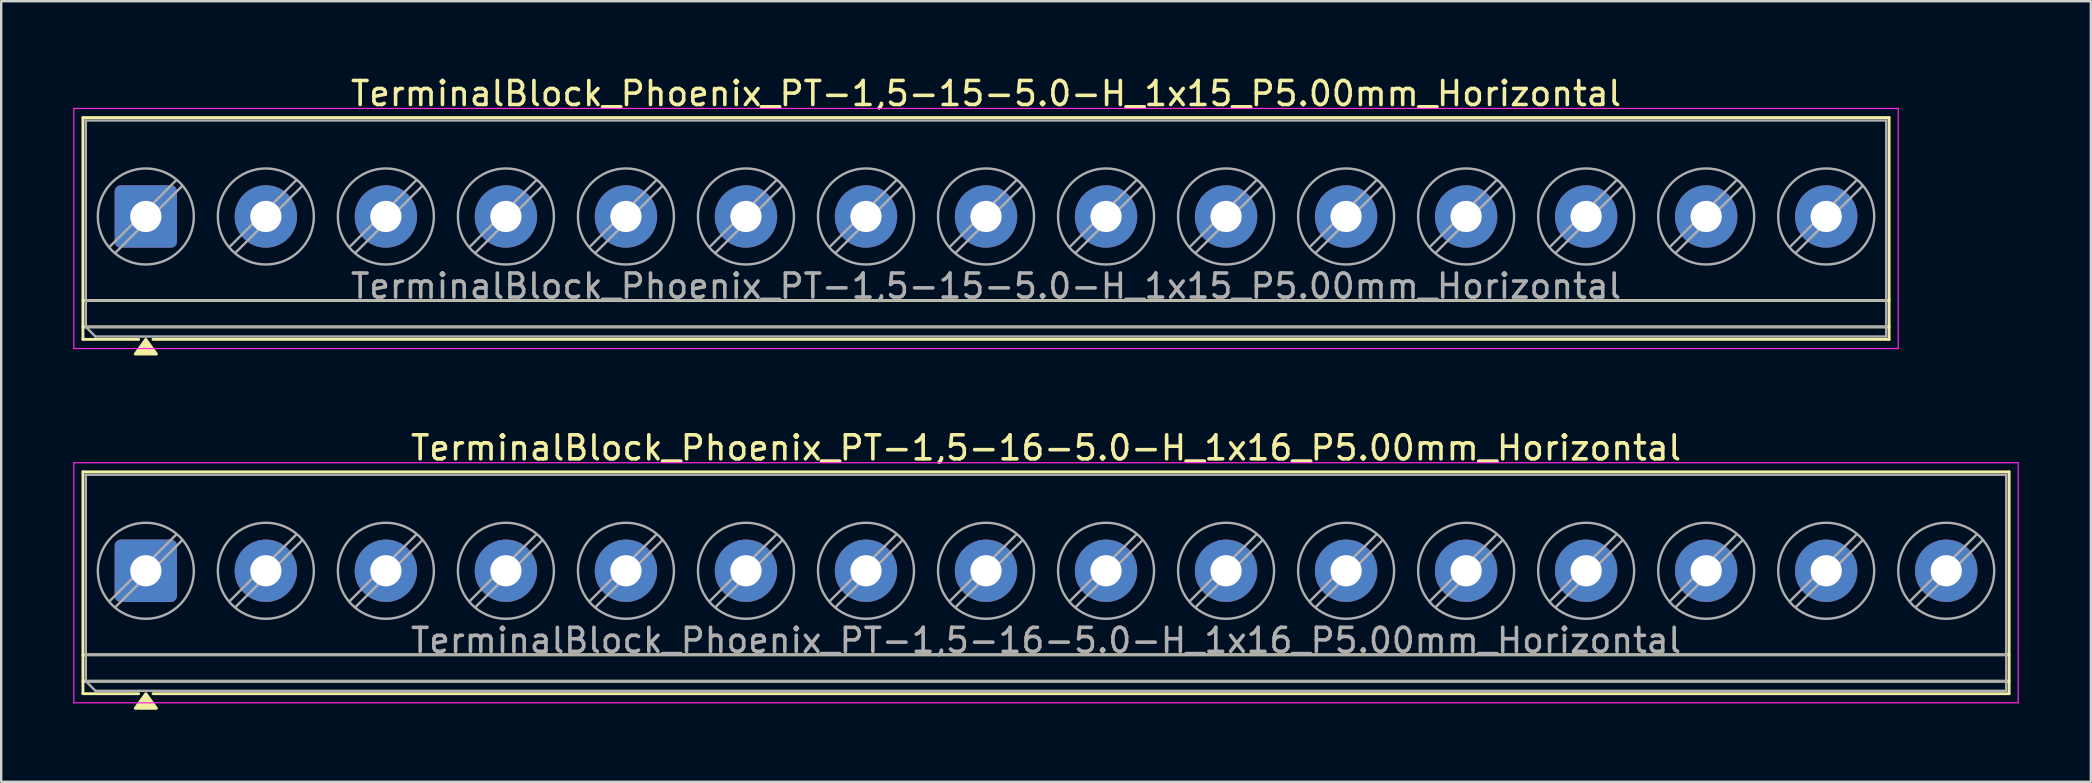
<source format=kicad_pcb>
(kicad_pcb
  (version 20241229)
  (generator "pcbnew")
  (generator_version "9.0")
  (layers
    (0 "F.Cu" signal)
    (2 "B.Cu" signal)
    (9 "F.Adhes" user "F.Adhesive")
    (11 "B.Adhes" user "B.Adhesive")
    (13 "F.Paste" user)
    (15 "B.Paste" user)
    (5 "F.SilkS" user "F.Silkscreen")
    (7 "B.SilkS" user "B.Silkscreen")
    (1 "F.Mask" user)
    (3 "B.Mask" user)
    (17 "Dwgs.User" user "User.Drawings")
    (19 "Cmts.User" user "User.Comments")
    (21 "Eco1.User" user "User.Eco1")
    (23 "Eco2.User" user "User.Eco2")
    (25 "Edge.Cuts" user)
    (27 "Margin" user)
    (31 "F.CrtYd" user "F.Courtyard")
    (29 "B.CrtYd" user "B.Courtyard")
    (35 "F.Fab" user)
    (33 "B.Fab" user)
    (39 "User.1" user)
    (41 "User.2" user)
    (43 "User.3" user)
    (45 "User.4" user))
  (footprint "TerminalBlock_Phoenix_PT-1,5-16-5.0-H_1x16_P5.00mm_Horizontal"
    (layer "F.Cu")
    (at 3.025 20.727)
    (property "Reference" "TerminalBlock_Phoenix_PT-1,5-16-5.0-H_1x16_P5.00mm_Horizontal" (at 37.5 -5.12 0) (layer "F.SilkS") (effects (font (size 1 1) (thickness 0.15))))
    (attr through_hole)
    (fp_line (start -2.62 -4.12) (end 77.62 -4.12) (stroke (width 0.12) (type solid)) (layer "F.SilkS"))
    (fp_line (start -2.62 3.5) (end 77.62 3.5) (stroke (width 0.12) (type solid)) (layer "F.SilkS"))
    (fp_line (start -2.62 4.6) (end 77.62 4.6) (stroke (width 0.12) (type solid)) (layer "F.SilkS"))
    (fp_line (start -2.62 5.12) (end -2.62 -4.12) (stroke (width 0.12) (type solid)) (layer "F.SilkS"))
    (fp_line (start -0.3 5.12) (end -2.62 5.12) (stroke (width 0.12) (type solid)) (layer "F.SilkS"))
    (fp_line (start 77.62 -4.12) (end 77.62 5.12) (stroke (width 0.12) (type solid)) (layer "F.SilkS"))
    (fp_line (start 77.62 5.12) (end 0.3 5.12) (stroke (width 0.12) (type solid)) (layer "F.SilkS"))
    (fp_poly (pts (xy 0 5.12) (xy 0.44 5.73) (xy -0.44 5.73)) (stroke (width 0.12) (type solid)) (fill yes) (layer "F.SilkS"))
    (fp_line (start -3 -4.5) (end -3 5.5) (stroke (width 0.05) (type solid)) (layer "F.CrtYd"))
    (fp_line (start -3 5.5) (end 78 5.5) (stroke (width 0.05) (type solid)) (layer "F.CrtYd"))
    (fp_line (start 78 -4.5) (end -3 -4.5) (stroke (width 0.05) (type solid)) (layer "F.CrtYd"))
    (fp_line (start 78 5.5) (end 78 -4.5) (stroke (width 0.05) (type solid)) (layer "F.CrtYd"))
    (fp_line (start -2.5 -4) (end 77.5 -4) (stroke (width 0.1) (type solid)) (layer "F.Fab"))
    (fp_line (start -2.5 3.5) (end 77.5 3.5) (stroke (width 0.1) (type solid)) (layer "F.Fab"))
    (fp_line (start -2.5 4.6) (end -2.5 -4) (stroke (width 0.1) (type solid)) (layer "F.Fab"))
    (fp_line (start -2.5 4.6) (end 77.5 4.6) (stroke (width 0.1) (type solid)) (layer "F.Fab"))
    (fp_line (start -2.1 5) (end -2.5 4.6) (stroke (width 0.1) (type solid)) (layer "F.Fab"))
    (fp_line (start 1.273 -1.517) (end -1.517 1.273) (stroke (width 0.1) (type solid)) (layer "F.Fab"))
    (fp_line (start 1.517 -1.273) (end -1.273 1.517) (stroke (width 0.1) (type solid)) (layer "F.Fab"))
    (fp_line (start 6.273 -1.517) (end 3.483 1.273) (stroke (width 0.1) (type solid)) (layer "F.Fab"))
    (fp_line (start 6.517 -1.273) (end 3.727 1.517) (stroke (width 0.1) (type solid)) (layer "F.Fab"))
    (fp_line (start 11.273 -1.517) (end 8.483 1.273) (stroke (width 0.1) (type solid)) (layer "F.Fab"))
    (fp_line (start 11.517 -1.273) (end 8.727 1.517) (stroke (width 0.1) (type solid)) (layer "F.Fab"))
    (fp_line (start 16.273 -1.517) (end 13.483 1.273) (stroke (width 0.1) (type solid)) (layer "F.Fab"))
    (fp_line (start 16.517 -1.273) (end 13.727 1.517) (stroke (width 0.1) (type solid)) (layer "F.Fab"))
    (fp_line (start 21.273 -1.517) (end 18.483 1.273) (stroke (width 0.1) (type solid)) (layer "F.Fab"))
    (fp_line (start 21.517 -1.273) (end 18.727 1.517) (stroke (width 0.1) (type solid)) (layer "F.Fab"))
    (fp_line (start 26.273 -1.517) (end 23.483 1.273) (stroke (width 0.1) (type solid)) (layer "F.Fab"))
    (fp_line (start 26.517 -1.273) (end 23.727 1.517) (stroke (width 0.1) (type solid)) (layer "F.Fab"))
    (fp_line (start 31.273 -1.517) (end 28.483 1.273) (stroke (width 0.1) (type solid)) (layer "F.Fab"))
    (fp_line (start 31.517 -1.273) (end 28.727 1.517) (stroke (width 0.1) (type solid)) (layer "F.Fab"))
    (fp_line (start 36.273 -1.517) (end 33.483 1.273) (stroke (width 0.1) (type solid)) (layer "F.Fab"))
    (fp_line (start 36.517 -1.273) (end 33.727 1.517) (stroke (width 0.1) (type solid)) (layer "F.Fab"))
    (fp_line (start 41.273 -1.517) (end 38.483 1.273) (stroke (width 0.1) (type solid)) (layer "F.Fab"))
    (fp_line (start 41.517 -1.273) (end 38.727 1.517) (stroke (width 0.1) (type solid)) (layer "F.Fab"))
    (fp_line (start 46.273 -1.517) (end 43.483 1.273) (stroke (width 0.1) (type solid)) (layer "F.Fab"))
    (fp_line (start 46.517 -1.273) (end 43.727 1.517) (stroke (width 0.1) (type solid)) (layer "F.Fab"))
    (fp_line (start 51.273 -1.517) (end 48.483 1.273) (stroke (width 0.1) (type solid)) (layer "F.Fab"))
    (fp_line (start 51.517 -1.273) (end 48.727 1.517) (stroke (width 0.1) (type solid)) (layer "F.Fab"))
    (fp_line (start 56.273 -1.517) (end 53.483 1.273) (stroke (width 0.1) (type solid)) (layer "F.Fab"))
    (fp_line (start 56.517 -1.273) (end 53.727 1.517) (stroke (width 0.1) (type solid)) (layer "F.Fab"))
    (fp_line (start 61.273 -1.517) (end 58.483 1.273) (stroke (width 0.1) (type solid)) (layer "F.Fab"))
    (fp_line (start 61.517 -1.273) (end 58.727 1.517) (stroke (width 0.1) (type solid)) (layer "F.Fab"))
    (fp_line (start 66.273 -1.517) (end 63.483 1.273) (stroke (width 0.1) (type solid)) (layer "F.Fab"))
    (fp_line (start 66.517 -1.273) (end 63.727 1.517) (stroke (width 0.1) (type solid)) (layer "F.Fab"))
    (fp_line (start 71.273 -1.517) (end 68.483 1.273) (stroke (width 0.1) (type solid)) (layer "F.Fab"))
    (fp_line (start 71.517 -1.273) (end 68.727 1.517) (stroke (width 0.1) (type solid)) (layer "F.Fab"))
    (fp_line (start 76.273 -1.517) (end 73.483 1.273) (stroke (width 0.1) (type solid)) (layer "F.Fab"))
    (fp_line (start 76.517 -1.273) (end 73.727 1.517) (stroke (width 0.1) (type solid)) (layer "F.Fab"))
    (fp_line (start 77.5 -4) (end 77.5 5) (stroke (width 0.1) (type solid)) (layer "F.Fab"))
    (fp_line (start 77.5 5) (end -2.1 5) (stroke (width 0.1) (type solid)) (layer "F.Fab"))
    (fp_circle (center 0 0) (end 2 0) (stroke (width 0.1) (type solid)) (fill no) (layer "F.Fab"))
    (fp_circle (center 5 0) (end 7 0) (stroke (width 0.1) (type solid)) (fill no) (layer "F.Fab"))
    (fp_circle (center 10 0) (end 12 0) (stroke (width 0.1) (type solid)) (fill no) (layer "F.Fab"))
    (fp_circle (center 15 0) (end 17 0) (stroke (width 0.1) (type solid)) (fill no) (layer "F.Fab"))
    (fp_circle (center 20 0) (end 22 0) (stroke (width 0.1) (type solid)) (fill no) (layer "F.Fab"))
    (fp_circle (center 25 0) (end 27 0) (stroke (width 0.1) (type solid)) (fill no) (layer "F.Fab"))
    (fp_circle (center 30 0) (end 32 0) (stroke (width 0.1) (type solid)) (fill no) (layer "F.Fab"))
    (fp_circle (center 35 0) (end 37 0) (stroke (width 0.1) (type solid)) (fill no) (layer "F.Fab"))
    (fp_circle (center 40 0) (end 42 0) (stroke (width 0.1) (type solid)) (fill no) (layer "F.Fab"))
    (fp_circle (center 45 0) (end 47 0) (stroke (width 0.1) (type solid)) (fill no) (layer "F.Fab"))
    (fp_circle (center 50 0) (end 52 0) (stroke (width 0.1) (type solid)) (fill no) (layer "F.Fab"))
    (fp_circle (center 55 0) (end 57 0) (stroke (width 0.1) (type solid)) (fill no) (layer "F.Fab"))
    (fp_circle (center 60 0) (end 62 0) (stroke (width 0.1) (type solid)) (fill no) (layer "F.Fab"))
    (fp_circle (center 65 0) (end 67 0) (stroke (width 0.1) (type solid)) (fill no) (layer "F.Fab"))
    (fp_circle (center 70 0) (end 72 0) (stroke (width 0.1) (type solid)) (fill no) (layer "F.Fab"))
    (fp_circle (center 75 0) (end 77 0) (stroke (width 0.1) (type solid)) (fill no) (layer "F.Fab"))
    (fp_text user "${REFERENCE}" (at 37.5 2.9 0) (layer "F.Fab") (effects (font (size 1 1) (thickness 0.15))))
    (pad "1" thru_hole roundrect (at 0 0) (size 2.6 2.6) (drill 1.3) (layers "*.Cu" "*.Mask") (roundrect_rratio 0.096))
    (pad "2" thru_hole circle (at 5 0) (size 2.6 2.6) (drill 1.3) (layers "*.Cu" "*.Mask"))
    (pad "3" thru_hole circle (at 10 0) (size 2.6 2.6) (drill 1.3) (layers "*.Cu" "*.Mask"))
    (pad "4" thru_hole circle (at 15 0) (size 2.6 2.6) (drill 1.3) (layers "*.Cu" "*.Mask"))
    (pad "5" thru_hole circle (at 20 0) (size 2.6 2.6) (drill 1.3) (layers "*.Cu" "*.Mask"))
    (pad "6" thru_hole circle (at 25 0) (size 2.6 2.6) (drill 1.3) (layers "*.Cu" "*.Mask"))
    (pad "7" thru_hole circle (at 30 0) (size 2.6 2.6) (drill 1.3) (layers "*.Cu" "*.Mask"))
    (pad "8" thru_hole circle (at 35 0) (size 2.6 2.6) (drill 1.3) (layers "*.Cu" "*.Mask"))
    (pad "9" thru_hole circle (at 40 0) (size 2.6 2.6) (drill 1.3) (layers "*.Cu" "*.Mask"))
    (pad "10" thru_hole circle (at 45 0) (size 2.6 2.6) (drill 1.3) (layers "*.Cu" "*.Mask"))
    (pad "11" thru_hole circle (at 50 0) (size 2.6 2.6) (drill 1.3) (layers "*.Cu" "*.Mask"))
    (pad "12" thru_hole circle (at 55 0) (size 2.6 2.6) (drill 1.3) (layers "*.Cu" "*.Mask"))
    (pad "13" thru_hole circle (at 60 0) (size 2.6 2.6) (drill 1.3) (layers "*.Cu" "*.Mask"))
    (pad "14" thru_hole circle (at 65 0) (size 2.6 2.6) (drill 1.3) (layers "*.Cu" "*.Mask"))
    (pad "15" thru_hole circle (at 70 0) (size 2.6 2.6) (drill 1.3) (layers "*.Cu" "*.Mask"))
    (pad "16" thru_hole circle (at 75 0) (size 2.6 2.6) (drill 1.3) (layers "*.Cu" "*.Mask")))
  (footprint "TerminalBlock_Phoenix_PT-1,5-15-5.0-H_1x15_P5.00mm_Horizontal"
    (layer "F.Cu")
    (at 3.025 5.968)
    (property "Reference" "TerminalBlock_Phoenix_PT-1,5-15-5.0-H_1x15_P5.00mm_Horizontal" (at 35 -5.12 0) (layer "F.SilkS") (effects (font (size 1 1) (thickness 0.15))))
    (attr through_hole)
    (fp_line (start -2.62 -4.12) (end 72.62 -4.12) (stroke (width 0.12) (type solid)) (layer "F.SilkS"))
    (fp_line (start -2.62 3.5) (end 72.62 3.5) (stroke (width 0.12) (type solid)) (layer "F.SilkS"))
    (fp_line (start -2.62 4.6) (end 72.62 4.6) (stroke (width 0.12) (type solid)) (layer "F.SilkS"))
    (fp_line (start -2.62 5.12) (end -2.62 -4.12) (stroke (width 0.12) (type solid)) (layer "F.SilkS"))
    (fp_line (start -0.3 5.12) (end -2.62 5.12) (stroke (width 0.12) (type solid)) (layer "F.SilkS"))
    (fp_line (start 72.62 -4.12) (end 72.62 5.12) (stroke (width 0.12) (type solid)) (layer "F.SilkS"))
    (fp_line (start 72.62 5.12) (end 0.3 5.12) (stroke (width 0.12) (type solid)) (layer "F.SilkS"))
    (fp_poly (pts (xy 0 5.12) (xy 0.44 5.73) (xy -0.44 5.73)) (stroke (width 0.12) (type solid)) (fill yes) (layer "F.SilkS"))
    (fp_line (start -3 -4.5) (end -3 5.5) (stroke (width 0.05) (type solid)) (layer "F.CrtYd"))
    (fp_line (start -3 5.5) (end 73 5.5) (stroke (width 0.05) (type solid)) (layer "F.CrtYd"))
    (fp_line (start 73 -4.5) (end -3 -4.5) (stroke (width 0.05) (type solid)) (layer "F.CrtYd"))
    (fp_line (start 73 5.5) (end 73 -4.5) (stroke (width 0.05) (type solid)) (layer "F.CrtYd"))
    (fp_line (start -2.5 -4) (end 72.5 -4) (stroke (width 0.1) (type solid)) (layer "F.Fab"))
    (fp_line (start -2.5 3.5) (end 72.5 3.5) (stroke (width 0.1) (type solid)) (layer "F.Fab"))
    (fp_line (start -2.5 4.6) (end -2.5 -4) (stroke (width 0.1) (type solid)) (layer "F.Fab"))
    (fp_line (start -2.5 4.6) (end 72.5 4.6) (stroke (width 0.1) (type solid)) (layer "F.Fab"))
    (fp_line (start -2.1 5) (end -2.5 4.6) (stroke (width 0.1) (type solid)) (layer "F.Fab"))
    (fp_line (start 1.273 -1.517) (end -1.517 1.273) (stroke (width 0.1) (type solid)) (layer "F.Fab"))
    (fp_line (start 1.517 -1.273) (end -1.273 1.517) (stroke (width 0.1) (type solid)) (layer "F.Fab"))
    (fp_line (start 6.273 -1.517) (end 3.483 1.273) (stroke (width 0.1) (type solid)) (layer "F.Fab"))
    (fp_line (start 6.517 -1.273) (end 3.727 1.517) (stroke (width 0.1) (type solid)) (layer "F.Fab"))
    (fp_line (start 11.273 -1.517) (end 8.483 1.273) (stroke (width 0.1) (type solid)) (layer "F.Fab"))
    (fp_line (start 11.517 -1.273) (end 8.727 1.517) (stroke (width 0.1) (type solid)) (layer "F.Fab"))
    (fp_line (start 16.273 -1.517) (end 13.483 1.273) (stroke (width 0.1) (type solid)) (layer "F.Fab"))
    (fp_line (start 16.517 -1.273) (end 13.727 1.517) (stroke (width 0.1) (type solid)) (layer "F.Fab"))
    (fp_line (start 21.273 -1.517) (end 18.483 1.273) (stroke (width 0.1) (type solid)) (layer "F.Fab"))
    (fp_line (start 21.517 -1.273) (end 18.727 1.517) (stroke (width 0.1) (type solid)) (layer "F.Fab"))
    (fp_line (start 26.273 -1.517) (end 23.483 1.273) (stroke (width 0.1) (type solid)) (layer "F.Fab"))
    (fp_line (start 26.517 -1.273) (end 23.727 1.517) (stroke (width 0.1) (type solid)) (layer "F.Fab"))
    (fp_line (start 31.273 -1.517) (end 28.483 1.273) (stroke (width 0.1) (type solid)) (layer "F.Fab"))
    (fp_line (start 31.517 -1.273) (end 28.727 1.517) (stroke (width 0.1) (type solid)) (layer "F.Fab"))
    (fp_line (start 36.273 -1.517) (end 33.483 1.273) (stroke (width 0.1) (type solid)) (layer "F.Fab"))
    (fp_line (start 36.517 -1.273) (end 33.727 1.517) (stroke (width 0.1) (type solid)) (layer "F.Fab"))
    (fp_line (start 41.273 -1.517) (end 38.483 1.273) (stroke (width 0.1) (type solid)) (layer "F.Fab"))
    (fp_line (start 41.517 -1.273) (end 38.727 1.517) (stroke (width 0.1) (type solid)) (layer "F.Fab"))
    (fp_line (start 46.273 -1.517) (end 43.483 1.273) (stroke (width 0.1) (type solid)) (layer "F.Fab"))
    (fp_line (start 46.517 -1.273) (end 43.727 1.517) (stroke (width 0.1) (type solid)) (layer "F.Fab"))
    (fp_line (start 51.273 -1.517) (end 48.483 1.273) (stroke (width 0.1) (type solid)) (layer "F.Fab"))
    (fp_line (start 51.517 -1.273) (end 48.727 1.517) (stroke (width 0.1) (type solid)) (layer "F.Fab"))
    (fp_line (start 56.273 -1.517) (end 53.483 1.273) (stroke (width 0.1) (type solid)) (layer "F.Fab"))
    (fp_line (start 56.517 -1.273) (end 53.727 1.517) (stroke (width 0.1) (type solid)) (layer "F.Fab"))
    (fp_line (start 61.273 -1.517) (end 58.483 1.273) (stroke (width 0.1) (type solid)) (layer "F.Fab"))
    (fp_line (start 61.517 -1.273) (end 58.727 1.517) (stroke (width 0.1) (type solid)) (layer "F.Fab"))
    (fp_line (start 66.273 -1.517) (end 63.483 1.273) (stroke (width 0.1) (type solid)) (layer "F.Fab"))
    (fp_line (start 66.517 -1.273) (end 63.727 1.517) (stroke (width 0.1) (type solid)) (layer "F.Fab"))
    (fp_line (start 71.273 -1.517) (end 68.483 1.273) (stroke (width 0.1) (type solid)) (layer "F.Fab"))
    (fp_line (start 71.517 -1.273) (end 68.727 1.517) (stroke (width 0.1) (type solid)) (layer "F.Fab"))
    (fp_line (start 72.5 -4) (end 72.5 5) (stroke (width 0.1) (type solid)) (layer "F.Fab"))
    (fp_line (start 72.5 5) (end -2.1 5) (stroke (width 0.1) (type solid)) (layer "F.Fab"))
    (fp_circle (center 0 0) (end 2 0) (stroke (width 0.1) (type solid)) (fill no) (layer "F.Fab"))
    (fp_circle (center 5 0) (end 7 0) (stroke (width 0.1) (type solid)) (fill no) (layer "F.Fab"))
    (fp_circle (center 10 0) (end 12 0) (stroke (width 0.1) (type solid)) (fill no) (layer "F.Fab"))
    (fp_circle (center 15 0) (end 17 0) (stroke (width 0.1) (type solid)) (fill no) (layer "F.Fab"))
    (fp_circle (center 20 0) (end 22 0) (stroke (width 0.1) (type solid)) (fill no) (layer "F.Fab"))
    (fp_circle (center 25 0) (end 27 0) (stroke (width 0.1) (type solid)) (fill no) (layer "F.Fab"))
    (fp_circle (center 30 0) (end 32 0) (stroke (width 0.1) (type solid)) (fill no) (layer "F.Fab"))
    (fp_circle (center 35 0) (end 37 0) (stroke (width 0.1) (type solid)) (fill no) (layer "F.Fab"))
    (fp_circle (center 40 0) (end 42 0) (stroke (width 0.1) (type solid)) (fill no) (layer "F.Fab"))
    (fp_circle (center 45 0) (end 47 0) (stroke (width 0.1) (type solid)) (fill no) (layer "F.Fab"))
    (fp_circle (center 50 0) (end 52 0) (stroke (width 0.1) (type solid)) (fill no) (layer "F.Fab"))
    (fp_circle (center 55 0) (end 57 0) (stroke (width 0.1) (type solid)) (fill no) (layer "F.Fab"))
    (fp_circle (center 60 0) (end 62 0) (stroke (width 0.1) (type solid)) (fill no) (layer "F.Fab"))
    (fp_circle (center 65 0) (end 67 0) (stroke (width 0.1) (type solid)) (fill no) (layer "F.Fab"))
    (fp_circle (center 70 0) (end 72 0) (stroke (width 0.1) (type solid)) (fill no) (layer "F.Fab"))
    (fp_text user "${REFERENCE}" (at 35 2.9 0) (layer "F.Fab") (effects (font (size 1 1) (thickness 0.15))))
    (pad "1" thru_hole roundrect (at 0 0) (size 2.6 2.6) (drill 1.3) (layers "*.Cu" "*.Mask") (roundrect_rratio 0.096))
    (pad "2" thru_hole circle (at 5 0) (size 2.6 2.6) (drill 1.3) (layers "*.Cu" "*.Mask"))
    (pad "3" thru_hole circle (at 10 0) (size 2.6 2.6) (drill 1.3) (layers "*.Cu" "*.Mask"))
    (pad "4" thru_hole circle (at 15 0) (size 2.6 2.6) (drill 1.3) (layers "*.Cu" "*.Mask"))
    (pad "5" thru_hole circle (at 20 0) (size 2.6 2.6) (drill 1.3) (layers "*.Cu" "*.Mask"))
    (pad "6" thru_hole circle (at 25 0) (size 2.6 2.6) (drill 1.3) (layers "*.Cu" "*.Mask"))
    (pad "7" thru_hole circle (at 30 0) (size 2.6 2.6) (drill 1.3) (layers "*.Cu" "*.Mask"))
    (pad "8" thru_hole circle (at 35 0) (size 2.6 2.6) (drill 1.3) (layers "*.Cu" "*.Mask"))
    (pad "9" thru_hole circle (at 40 0) (size 2.6 2.6) (drill 1.3) (layers "*.Cu" "*.Mask"))
    (pad "10" thru_hole circle (at 45 0) (size 2.6 2.6) (drill 1.3) (layers "*.Cu" "*.Mask"))
    (pad "11" thru_hole circle (at 50 0) (size 2.6 2.6) (drill 1.3) (layers "*.Cu" "*.Mask"))
    (pad "12" thru_hole circle (at 55 0) (size 2.6 2.6) (drill 1.3) (layers "*.Cu" "*.Mask"))
    (pad "13" thru_hole circle (at 60 0) (size 2.6 2.6) (drill 1.3) (layers "*.Cu" "*.Mask"))
    (pad "14" thru_hole circle (at 65 0) (size 2.6 2.6) (drill 1.3) (layers "*.Cu" "*.Mask"))
    (pad "15" thru_hole circle (at 70 0) (size 2.6 2.6) (drill 1.3) (layers "*.Cu" "*.Mask")))
  (gr_rect
    (start -3 -3)
    (end 84.05 29.517)
    (stroke (width 0.1) (type default))
    (fill no)
    (layer "Edge.Cuts")))
</source>
